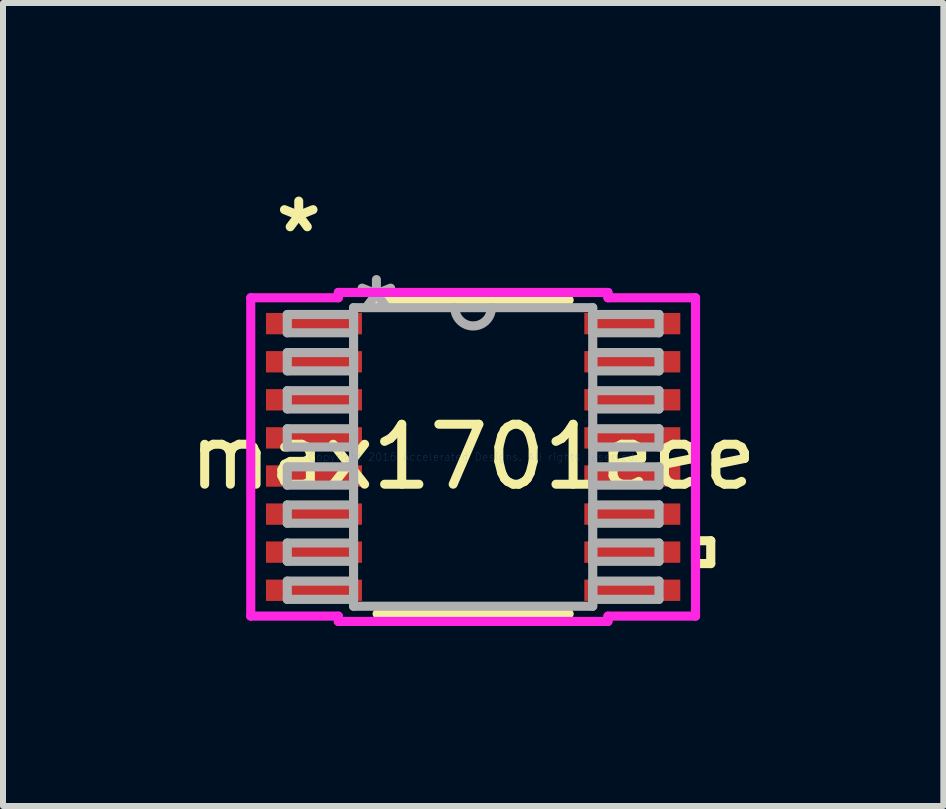
<source format=kicad_pcb>
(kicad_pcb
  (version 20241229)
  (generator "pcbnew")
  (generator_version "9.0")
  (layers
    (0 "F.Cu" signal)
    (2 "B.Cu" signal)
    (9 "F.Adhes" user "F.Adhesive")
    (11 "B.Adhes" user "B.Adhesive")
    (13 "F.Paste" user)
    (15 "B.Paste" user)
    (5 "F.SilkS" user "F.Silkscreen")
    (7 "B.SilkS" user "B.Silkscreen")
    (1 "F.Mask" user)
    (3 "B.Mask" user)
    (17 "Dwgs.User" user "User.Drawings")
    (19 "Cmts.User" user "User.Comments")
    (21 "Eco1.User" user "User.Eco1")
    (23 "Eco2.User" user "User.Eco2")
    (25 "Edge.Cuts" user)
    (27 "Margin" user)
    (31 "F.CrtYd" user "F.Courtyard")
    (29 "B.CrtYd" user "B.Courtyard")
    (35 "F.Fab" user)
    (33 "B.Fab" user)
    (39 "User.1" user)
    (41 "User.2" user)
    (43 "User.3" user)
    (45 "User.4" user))
  (footprint "max1701eee"
    (layer "F.Cu")
    (at 4.839 4.569)
    (property "Reference" "max1701eee" (at 0 0 0) (layer "F.SilkS") (effects (font (size 1 1) (thickness 0.15))))
    (attr through_hole)
    (fp_line (start -1.601 2.616) (end 1.601 2.616) (stroke (width 0.152) (type solid)) (layer "F.SilkS"))
    (fp_line (start 1.601 -2.616) (end -1.601 -2.616) (stroke (width 0.152) (type solid)) (layer "F.SilkS"))
    (fp_line (start 3.708 1.397) (end 3.962 1.397) (stroke (width 0.152) (type solid)) (layer "F.SilkS"))
    (fp_line (start 3.708 1.778) (end 3.708 1.397) (stroke (width 0.152) (type solid)) (layer "F.SilkS"))
    (fp_line (start 3.962 1.397) (end 3.962 1.778) (stroke (width 0.152) (type solid)) (layer "F.SilkS"))
    (fp_line (start 3.962 1.778) (end 3.708 1.778) (stroke (width 0.152) (type solid)) (layer "F.SilkS"))
    (fp_line (start -3.708 -2.654) (end -2.248 -2.654) (stroke (width 0.152) (type solid)) (layer "F.CrtYd"))
    (fp_line (start -3.708 2.654) (end -3.708 -2.654) (stroke (width 0.152) (type solid)) (layer "F.CrtYd"))
    (fp_line (start -2.248 -2.743) (end 2.248 -2.743) (stroke (width 0.152) (type solid)) (layer "F.CrtYd"))
    (fp_line (start -2.248 -2.654) (end -2.248 -2.743) (stroke (width 0.152) (type solid)) (layer "F.CrtYd"))
    (fp_line (start -2.248 2.654) (end -3.708 2.654) (stroke (width 0.152) (type solid)) (layer "F.CrtYd"))
    (fp_line (start -2.248 2.743) (end -2.248 2.654) (stroke (width 0.152) (type solid)) (layer "F.CrtYd"))
    (fp_line (start 2.248 -2.743) (end 2.248 -2.654) (stroke (width 0.152) (type solid)) (layer "F.CrtYd"))
    (fp_line (start 2.248 -2.654) (end 3.708 -2.654) (stroke (width 0.152) (type solid)) (layer "F.CrtYd"))
    (fp_line (start 2.248 2.654) (end 2.248 2.743) (stroke (width 0.152) (type solid)) (layer "F.CrtYd"))
    (fp_line (start 2.248 2.743) (end -2.248 2.743) (stroke (width 0.152) (type solid)) (layer "F.CrtYd"))
    (fp_line (start 3.708 -2.654) (end 3.708 2.654) (stroke (width 0.152) (type solid)) (layer "F.CrtYd"))
    (fp_line (start 3.708 2.654) (end 2.248 2.654) (stroke (width 0.152) (type solid)) (layer "F.CrtYd"))
    (fp_line (start -3.099 -2.375) (end -3.099 -2.07) (stroke (width 0.152) (type solid)) (layer "F.Fab"))
    (fp_line (start -3.099 -2.07) (end -1.994 -2.07) (stroke (width 0.152) (type solid)) (layer "F.Fab"))
    (fp_line (start -3.099 -1.74) (end -3.099 -1.435) (stroke (width 0.152) (type solid)) (layer "F.Fab"))
    (fp_line (start -3.099 -1.435) (end -1.994 -1.435) (stroke (width 0.152) (type solid)) (layer "F.Fab"))
    (fp_line (start -3.099 -1.105) (end -3.099 -0.8) (stroke (width 0.152) (type solid)) (layer "F.Fab"))
    (fp_line (start -3.099 -0.8) (end -1.994 -0.8) (stroke (width 0.152) (type solid)) (layer "F.Fab"))
    (fp_line (start -3.099 -0.47) (end -3.099 -0.165) (stroke (width 0.152) (type solid)) (layer "F.Fab"))
    (fp_line (start -3.099 -0.165) (end -1.994 -0.165) (stroke (width 0.152) (type solid)) (layer "F.Fab"))
    (fp_line (start -3.099 0.165) (end -3.099 0.47) (stroke (width 0.152) (type solid)) (layer "F.Fab"))
    (fp_line (start -3.099 0.47) (end -1.994 0.47) (stroke (width 0.152) (type solid)) (layer "F.Fab"))
    (fp_line (start -3.099 0.8) (end -3.099 1.105) (stroke (width 0.152) (type solid)) (layer "F.Fab"))
    (fp_line (start -3.099 1.105) (end -1.994 1.105) (stroke (width 0.152) (type solid)) (layer "F.Fab"))
    (fp_line (start -3.099 1.435) (end -3.099 1.74) (stroke (width 0.152) (type solid)) (layer "F.Fab"))
    (fp_line (start -3.099 1.74) (end -1.994 1.74) (stroke (width 0.152) (type solid)) (layer "F.Fab"))
    (fp_line (start -3.099 2.07) (end -3.099 2.375) (stroke (width 0.152) (type solid)) (layer "F.Fab"))
    (fp_line (start -3.099 2.375) (end -1.994 2.375) (stroke (width 0.152) (type solid)) (layer "F.Fab"))
    (fp_line (start -1.994 -2.489) (end -1.994 2.489) (stroke (width 0.152) (type solid)) (layer "F.Fab"))
    (fp_line (start -1.994 -2.375) (end -3.099 -2.375) (stroke (width 0.152) (type solid)) (layer "F.Fab"))
    (fp_line (start -1.994 -2.07) (end -1.994 -2.375) (stroke (width 0.152) (type solid)) (layer "F.Fab"))
    (fp_line (start -1.994 -1.74) (end -3.099 -1.74) (stroke (width 0.152) (type solid)) (layer "F.Fab"))
    (fp_line (start -1.994 -1.435) (end -1.994 -1.74) (stroke (width 0.152) (type solid)) (layer "F.Fab"))
    (fp_line (start -1.994 -1.105) (end -3.099 -1.105) (stroke (width 0.152) (type solid)) (layer "F.Fab"))
    (fp_line (start -1.994 -0.8) (end -1.994 -1.105) (stroke (width 0.152) (type solid)) (layer "F.Fab"))
    (fp_line (start -1.994 -0.47) (end -3.099 -0.47) (stroke (width 0.152) (type solid)) (layer "F.Fab"))
    (fp_line (start -1.994 -0.165) (end -1.994 -0.47) (stroke (width 0.152) (type solid)) (layer "F.Fab"))
    (fp_line (start -1.994 0.165) (end -3.099 0.165) (stroke (width 0.152) (type solid)) (layer "F.Fab"))
    (fp_line (start -1.994 0.47) (end -1.994 0.165) (stroke (width 0.152) (type solid)) (layer "F.Fab"))
    (fp_line (start -1.994 0.8) (end -3.099 0.8) (stroke (width 0.152) (type solid)) (layer "F.Fab"))
    (fp_line (start -1.994 1.105) (end -1.994 0.8) (stroke (width 0.152) (type solid)) (layer "F.Fab"))
    (fp_line (start -1.994 1.435) (end -3.099 1.435) (stroke (width 0.152) (type solid)) (layer "F.Fab"))
    (fp_line (start -1.994 1.74) (end -1.994 1.435) (stroke (width 0.152) (type solid)) (layer "F.Fab"))
    (fp_line (start -1.994 2.07) (end -3.099 2.07) (stroke (width 0.152) (type solid)) (layer "F.Fab"))
    (fp_line (start -1.994 2.375) (end -1.994 2.07) (stroke (width 0.152) (type solid)) (layer "F.Fab"))
    (fp_line (start -1.994 2.489) (end 1.994 2.489) (stroke (width 0.152) (type solid)) (layer "F.Fab"))
    (fp_line (start 1.994 -2.489) (end -1.994 -2.489) (stroke (width 0.152) (type solid)) (layer "F.Fab"))
    (fp_line (start 1.994 -2.375) (end 1.994 -2.07) (stroke (width 0.152) (type solid)) (layer "F.Fab"))
    (fp_line (start 1.994 -2.07) (end 3.099 -2.07) (stroke (width 0.152) (type solid)) (layer "F.Fab"))
    (fp_line (start 1.994 -1.74) (end 1.994 -1.435) (stroke (width 0.152) (type solid)) (layer "F.Fab"))
    (fp_line (start 1.994 -1.435) (end 3.099 -1.435) (stroke (width 0.152) (type solid)) (layer "F.Fab"))
    (fp_line (start 1.994 -1.105) (end 1.994 -0.8) (stroke (width 0.152) (type solid)) (layer "F.Fab"))
    (fp_line (start 1.994 -0.8) (end 3.099 -0.8) (stroke (width 0.152) (type solid)) (layer "F.Fab"))
    (fp_line (start 1.994 -0.47) (end 1.994 -0.165) (stroke (width 0.152) (type solid)) (layer "F.Fab"))
    (fp_line (start 1.994 -0.165) (end 3.099 -0.165) (stroke (width 0.152) (type solid)) (layer "F.Fab"))
    (fp_line (start 1.994 0.165) (end 1.994 0.47) (stroke (width 0.152) (type solid)) (layer "F.Fab"))
    (fp_line (start 1.994 0.47) (end 3.099 0.47) (stroke (width 0.152) (type solid)) (layer "F.Fab"))
    (fp_line (start 1.994 0.8) (end 1.994 1.105) (stroke (width 0.152) (type solid)) (layer "F.Fab"))
    (fp_line (start 1.994 1.105) (end 3.099 1.105) (stroke (width 0.152) (type solid)) (layer "F.Fab"))
    (fp_line (start 1.994 1.435) (end 1.994 1.74) (stroke (width 0.152) (type solid)) (layer "F.Fab"))
    (fp_line (start 1.994 1.74) (end 3.099 1.74) (stroke (width 0.152) (type solid)) (layer "F.Fab"))
    (fp_line (start 1.994 2.07) (end 1.994 2.375) (stroke (width 0.152) (type solid)) (layer "F.Fab"))
    (fp_line (start 1.994 2.375) (end 3.099 2.375) (stroke (width 0.152) (type solid)) (layer "F.Fab"))
    (fp_line (start 1.994 2.489) (end 1.994 -2.489) (stroke (width 0.152) (type solid)) (layer "F.Fab"))
    (fp_line (start 3.099 -2.375) (end 1.994 -2.375) (stroke (width 0.152) (type solid)) (layer "F.Fab"))
    (fp_line (start 3.099 -2.07) (end 3.099 -2.375) (stroke (width 0.152) (type solid)) (layer "F.Fab"))
    (fp_line (start 3.099 -1.74) (end 1.994 -1.74) (stroke (width 0.152) (type solid)) (layer "F.Fab"))
    (fp_line (start 3.099 -1.435) (end 3.099 -1.74) (stroke (width 0.152) (type solid)) (layer "F.Fab"))
    (fp_line (start 3.099 -1.105) (end 1.994 -1.105) (stroke (width 0.152) (type solid)) (layer "F.Fab"))
    (fp_line (start 3.099 -0.8) (end 3.099 -1.105) (stroke (width 0.152) (type solid)) (layer "F.Fab"))
    (fp_line (start 3.099 -0.47) (end 1.994 -0.47) (stroke (width 0.152) (type solid)) (layer "F.Fab"))
    (fp_line (start 3.099 -0.165) (end 3.099 -0.47) (stroke (width 0.152) (type solid)) (layer "F.Fab"))
    (fp_line (start 3.099 0.165) (end 1.994 0.165) (stroke (width 0.152) (type solid)) (layer "F.Fab"))
    (fp_line (start 3.099 0.47) (end 3.099 0.165) (stroke (width 0.152) (type solid)) (layer "F.Fab"))
    (fp_line (start 3.099 0.8) (end 1.994 0.8) (stroke (width 0.152) (type solid)) (layer "F.Fab"))
    (fp_line (start 3.099 1.105) (end 3.099 0.8) (stroke (width 0.152) (type solid)) (layer "F.Fab"))
    (fp_line (start 3.099 1.435) (end 1.994 1.435) (stroke (width 0.152) (type solid)) (layer "F.Fab"))
    (fp_line (start 3.099 1.74) (end 3.099 1.435) (stroke (width 0.152) (type solid)) (layer "F.Fab"))
    (fp_line (start 3.099 2.07) (end 1.994 2.07) (stroke (width 0.152) (type solid)) (layer "F.Fab"))
    (fp_line (start 3.099 2.375) (end 3.099 2.07) (stroke (width 0.152) (type solid)) (layer "F.Fab"))
    (fp_arc (start 0.3048 -2.4892) (mid 0 -2.1844) (end -0.3048 -2.4892) (stroke (width 0.1524) (type solid)) (layer "F.Fab"))
    (fp_text user "*" (at -2.908 -3.721 0) (layer "F.SilkS") (effects (font (size 1 1) (thickness 0.15))))
    (fp_text user "Copyright 2016 Accelerated Designs. All rights reserved." (at 0 0 0) (layer "Cmts.User") (effects (font (size 0.127 0.127) (thickness 0.002))))
    (fp_text user "*" (at -1.613 -2.413 0) (layer "F.Fab") (effects (font (size 1 1) (thickness 0.15))))
    (pad "1" smd rect (at -2.654 -2.223) (size 1.6 0.356) (layers "F.Cu" "F.Mask" "F.Paste"))
    (pad "2" smd rect (at -2.654 -1.587) (size 1.6 0.356) (layers "F.Cu" "F.Mask" "F.Paste"))
    (pad "3" smd rect (at -2.654 -0.953) (size 1.6 0.356) (layers "F.Cu" "F.Mask" "F.Paste"))
    (pad "4" smd rect (at -2.654 -0.318) (size 1.6 0.356) (layers "F.Cu" "F.Mask" "F.Paste"))
    (pad "5" smd rect (at -2.654 0.318) (size 1.6 0.356) (layers "F.Cu" "F.Mask" "F.Paste"))
    (pad "6" smd rect (at -2.654 0.953) (size 1.6 0.356) (layers "F.Cu" "F.Mask" "F.Paste"))
    (pad "7" smd rect (at -2.654 1.587) (size 1.6 0.356) (layers "F.Cu" "F.Mask" "F.Paste"))
    (pad "8" smd rect (at -2.654 2.223) (size 1.6 0.356) (layers "F.Cu" "F.Mask" "F.Paste"))
    (pad "9" smd rect (at 2.654 2.223) (size 1.6 0.356) (layers "F.Cu" "F.Mask" "F.Paste"))
    (pad "10" smd rect (at 2.654 1.587) (size 1.6 0.356) (layers "F.Cu" "F.Mask" "F.Paste"))
    (pad "11" smd rect (at 2.654 0.953) (size 1.6 0.356) (layers "F.Cu" "F.Mask" "F.Paste"))
    (pad "12" smd rect (at 2.654 0.318) (size 1.6 0.356) (layers "F.Cu" "F.Mask" "F.Paste"))
    (pad "13" smd rect (at 2.654 -0.318) (size 1.6 0.356) (layers "F.Cu" "F.Mask" "F.Paste"))
    (pad "14" smd rect (at 2.654 -0.953) (size 1.6 0.356) (layers "F.Cu" "F.Mask" "F.Paste"))
    (pad "15" smd rect (at 2.654 -1.587) (size 1.6 0.356) (layers "F.Cu" "F.Mask" "F.Paste"))
    (pad "16" smd rect (at 2.654 -2.223) (size 1.6 0.356) (layers "F.Cu" "F.Mask" "F.Paste")))
  (gr_rect
    (start -3 -3)
    (end 12.679 10.389)
    (stroke (width 0.1) (type default))
    (fill no)
    (layer "Edge.Cuts")))
</source>
